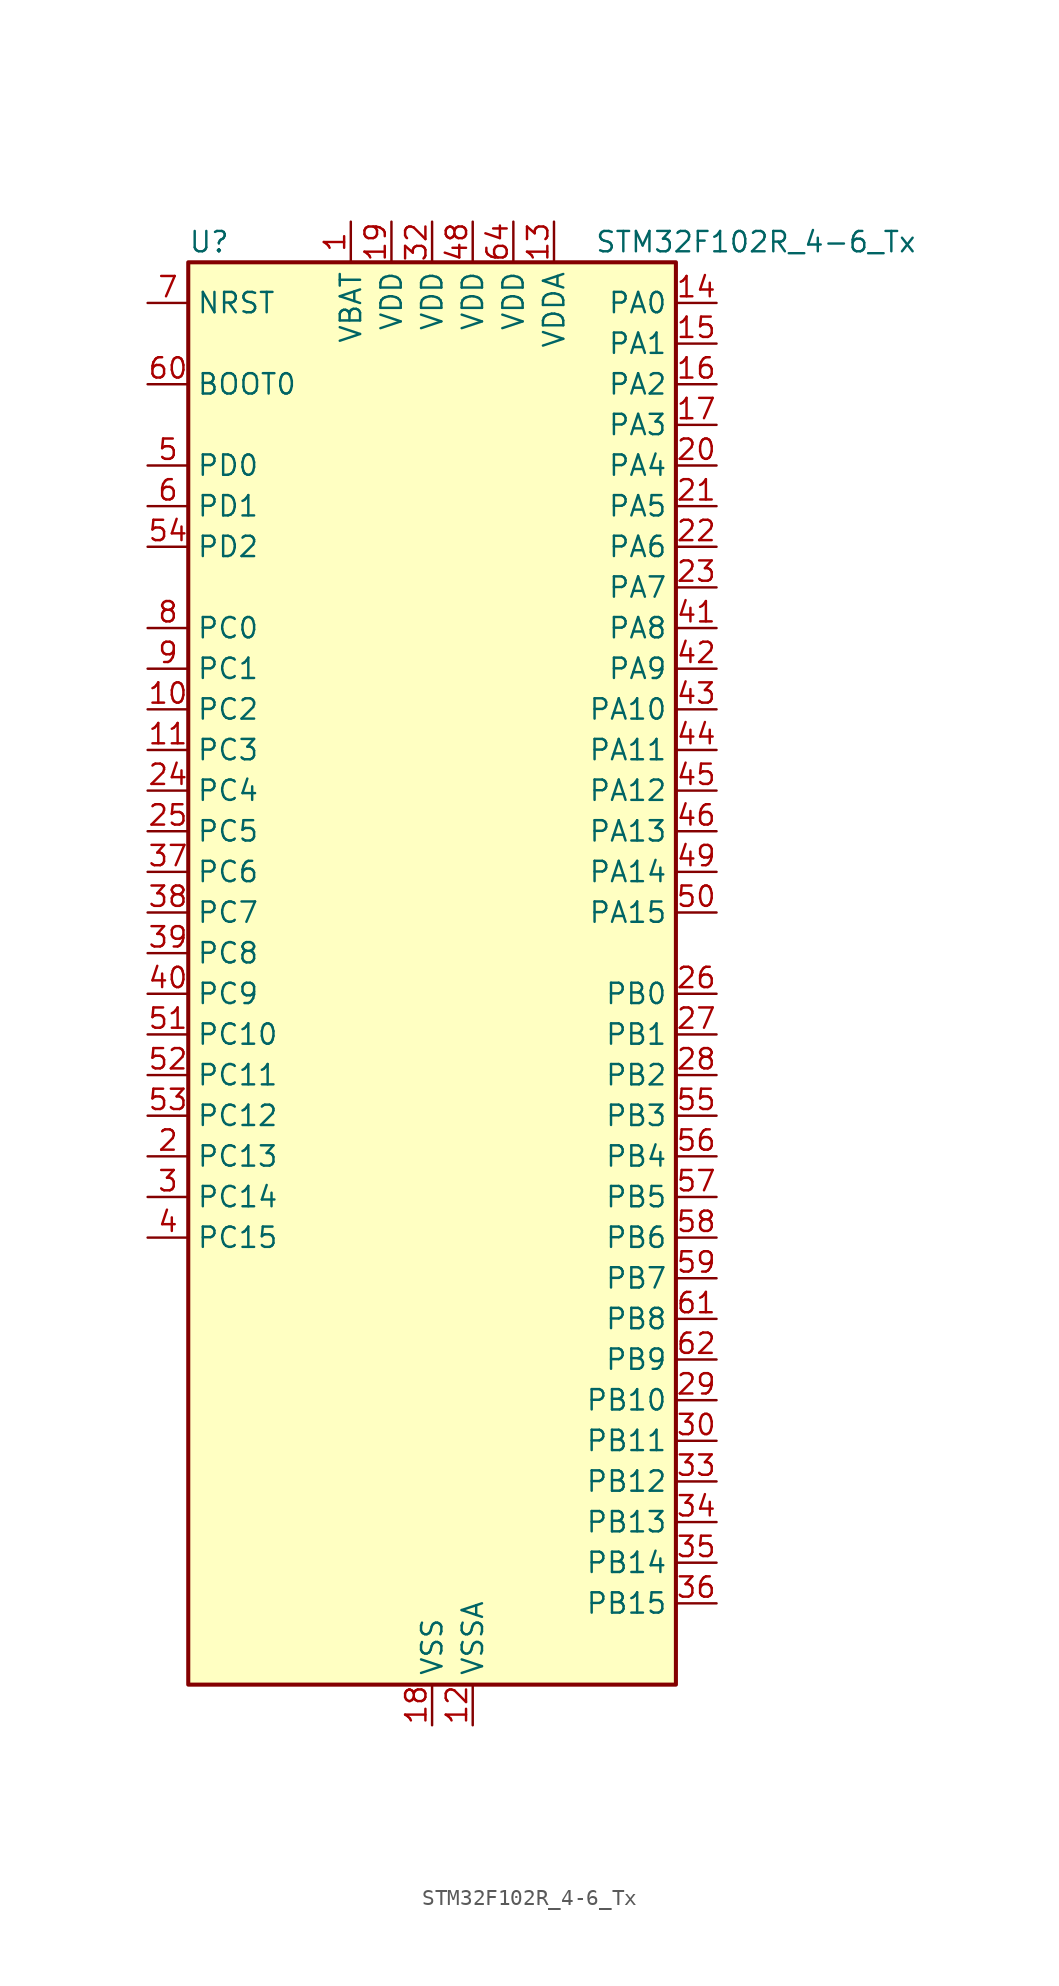
<source format=kicad_sym>
(kicad_symbol_lib
  (version 20231120)
  (generator "kicad_symbol_editor")
  (generator_version "8.0")
  (symbol "STM32F102R_4-6_Tx"
    (property "Reference" "U"
      (at -15.24 46.99 0)
      (effects (font (size 1.27 1.27)) (justify left)))
    (property "Value" "STM32F102R_4-6_Tx"
      (at 10.16 46.99 0)
      (effects (font (size 1.27 1.27)) (justify left)))
    (property "ki_locked" ""
      (at 0 0 0)
      (effects (font (size 1.27 1.27))))
    (symbol "STM32F102R_4-6_Tx_0_1"
      (rectangle (start -15.24 -43.18) (end 15.24 45.72) (stroke (width 0.254) (type default)) (fill (type background))))
    (symbol "STM32F102R_4-6_Tx_1_1"
      (pin power_in line (at -5.08 48.26 270) (length 2.54) (name "VBAT" (effects (font (size 1.27 1.27)))) (number "1" (effects (font (size 1.27 1.27)))))
      (pin bidirectional line (at -17.78 17.78 0) (length 2.54) (name "PC2" (effects (font (size 1.27 1.27)))) (number "10" (effects (font (size 1.27 1.27)))) (alternate "ADC1_IN12" bidirectional line))
      (pin bidirectional line (at -17.78 15.24 0) (length 2.54) (name "PC3" (effects (font (size 1.27 1.27)))) (number "11" (effects (font (size 1.27 1.27)))) (alternate "ADC1_IN13" bidirectional line))
      (pin power_in line (at 2.54 -45.72 90) (length 2.54) (name "VSSA" (effects (font (size 1.27 1.27)))) (number "12" (effects (font (size 1.27 1.27)))))
      (pin power_in line (at 7.62 48.26 270) (length 2.54) (name "VDDA" (effects (font (size 1.27 1.27)))) (number "13" (effects (font (size 1.27 1.27)))))
      (pin bidirectional line (at 17.78 43.18 180) (length 2.54) (name "PA0" (effects (font (size 1.27 1.27)))) (number "14" (effects (font (size 1.27 1.27)))) (alternate "ADC1_IN0" bidirectional line) (alternate "SYS_WKUP" bidirectional line) (alternate "TIM2_CH1" bidirectional line) (alternate "TIM2_ETR" bidirectional line) (alternate "USART2_CTS" bidirectional line))
      (pin bidirectional line (at 17.78 40.64 180) (length 2.54) (name "PA1" (effects (font (size 1.27 1.27)))) (number "15" (effects (font (size 1.27 1.27)))) (alternate "ADC1_IN1" bidirectional line) (alternate "TIM2_CH2" bidirectional line) (alternate "USART2_RTS" bidirectional line))
      (pin bidirectional line (at 17.78 38.1 180) (length 2.54) (name "PA2" (effects (font (size 1.27 1.27)))) (number "16" (effects (font (size 1.27 1.27)))) (alternate "ADC1_IN2" bidirectional line) (alternate "TIM2_CH3" bidirectional line) (alternate "USART2_TX" bidirectional line))
      (pin bidirectional line (at 17.78 35.56 180) (length 2.54) (name "PA3" (effects (font (size 1.27 1.27)))) (number "17" (effects (font (size 1.27 1.27)))) (alternate "ADC1_IN3" bidirectional line) (alternate "TIM2_CH4" bidirectional line) (alternate "USART2_RX" bidirectional line))
      (pin power_in line (at 0 -45.72 90) (length 2.54) (name "VSS" (effects (font (size 1.27 1.27)))) (number "18" (effects (font (size 1.27 1.27)))))
      (pin power_in line (at -2.54 48.26 270) (length 2.54) (name "VDD" (effects (font (size 1.27 1.27)))) (number "19" (effects (font (size 1.27 1.27)))))
      (pin bidirectional line (at -17.78 -10.16 0) (length 2.54) (name "PC13" (effects (font (size 1.27 1.27)))) (number "2" (effects (font (size 1.27 1.27)))) (alternate "RTC_OUT" bidirectional line) (alternate "RTC_TAMPER" bidirectional line))
      (pin bidirectional line (at 17.78 33.02 180) (length 2.54) (name "PA4" (effects (font (size 1.27 1.27)))) (number "20" (effects (font (size 1.27 1.27)))) (alternate "ADC1_IN4" bidirectional line) (alternate "SPI1_NSS" bidirectional line) (alternate "USART2_CK" bidirectional line))
      (pin bidirectional line (at 17.78 30.48 180) (length 2.54) (name "PA5" (effects (font (size 1.27 1.27)))) (number "21" (effects (font (size 1.27 1.27)))) (alternate "ADC1_IN5" bidirectional line) (alternate "SPI1_SCK" bidirectional line))
      (pin bidirectional line (at 17.78 27.94 180) (length 2.54) (name "PA6" (effects (font (size 1.27 1.27)))) (number "22" (effects (font (size 1.27 1.27)))) (alternate "ADC1_IN6" bidirectional line) (alternate "SPI1_MISO" bidirectional line) (alternate "TIM3_CH1" bidirectional line))
      (pin bidirectional line (at 17.78 25.4 180) (length 2.54) (name "PA7" (effects (font (size 1.27 1.27)))) (number "23" (effects (font (size 1.27 1.27)))) (alternate "ADC1_IN7" bidirectional line) (alternate "SPI1_MOSI" bidirectional line) (alternate "TIM3_CH2" bidirectional line))
      (pin bidirectional line (at -17.78 12.7 0) (length 2.54) (name "PC4" (effects (font (size 1.27 1.27)))) (number "24" (effects (font (size 1.27 1.27)))) (alternate "ADC1_IN14" bidirectional line))
      (pin bidirectional line (at -17.78 10.16 0) (length 2.54) (name "PC5" (effects (font (size 1.27 1.27)))) (number "25" (effects (font (size 1.27 1.27)))) (alternate "ADC1_IN15" bidirectional line))
      (pin bidirectional line (at 17.78 0 180) (length 2.54) (name "PB0" (effects (font (size 1.27 1.27)))) (number "26" (effects (font (size 1.27 1.27)))) (alternate "ADC1_IN8" bidirectional line) (alternate "TIM3_CH3" bidirectional line))
      (pin bidirectional line (at 17.78 -2.54 180) (length 2.54) (name "PB1" (effects (font (size 1.27 1.27)))) (number "27" (effects (font (size 1.27 1.27)))) (alternate "ADC1_IN9" bidirectional line) (alternate "TIM3_CH4" bidirectional line))
      (pin bidirectional line (at 17.78 -5.08 180) (length 2.54) (name "PB2" (effects (font (size 1.27 1.27)))) (number "28" (effects (font (size 1.27 1.27)))))
      (pin bidirectional line (at 17.78 -25.4 180) (length 2.54) (name "PB10" (effects (font (size 1.27 1.27)))) (number "29" (effects (font (size 1.27 1.27)))) (alternate "TIM2_CH3" bidirectional line))
      (pin bidirectional line (at -17.78 -12.7 0) (length 2.54) (name "PC14" (effects (font (size 1.27 1.27)))) (number "3" (effects (font (size 1.27 1.27)))) (alternate "RCC_OSC32_IN" bidirectional line))
      (pin bidirectional line (at 17.78 -27.94 180) (length 2.54) (name "PB11" (effects (font (size 1.27 1.27)))) (number "30" (effects (font (size 1.27 1.27)))) (alternate "ADC1_EXTI11" bidirectional line) (alternate "TIM2_CH4" bidirectional line))
      (pin passive line (at 0 -45.72 90) (length 2.54) hide (name "VSS" (effects (font (size 1.27 1.27)))) (number "31" (effects (font (size 1.27 1.27)))))
      (pin power_in line (at 0 48.26 270) (length 2.54) (name "VDD" (effects (font (size 1.27 1.27)))) (number "32" (effects (font (size 1.27 1.27)))))
      (pin bidirectional line (at 17.78 -30.48 180) (length 2.54) (name "PB12" (effects (font (size 1.27 1.27)))) (number "33" (effects (font (size 1.27 1.27)))))
      (pin bidirectional line (at 17.78 -33.02 180) (length 2.54) (name "PB13" (effects (font (size 1.27 1.27)))) (number "34" (effects (font (size 1.27 1.27)))))
      (pin bidirectional line (at 17.78 -35.56 180) (length 2.54) (name "PB14" (effects (font (size 1.27 1.27)))) (number "35" (effects (font (size 1.27 1.27)))))
      (pin bidirectional line (at 17.78 -38.1 180) (length 2.54) (name "PB15" (effects (font (size 1.27 1.27)))) (number "36" (effects (font (size 1.27 1.27)))) (alternate "ADC1_EXTI15" bidirectional line))
      (pin bidirectional line (at -17.78 7.62 0) (length 2.54) (name "PC6" (effects (font (size 1.27 1.27)))) (number "37" (effects (font (size 1.27 1.27)))) (alternate "TIM3_CH1" bidirectional line))
      (pin bidirectional line (at -17.78 5.08 0) (length 2.54) (name "PC7" (effects (font (size 1.27 1.27)))) (number "38" (effects (font (size 1.27 1.27)))) (alternate "TIM3_CH2" bidirectional line))
      (pin bidirectional line (at -17.78 2.54 0) (length 2.54) (name "PC8" (effects (font (size 1.27 1.27)))) (number "39" (effects (font (size 1.27 1.27)))) (alternate "TIM3_CH3" bidirectional line))
      (pin bidirectional line (at -17.78 -15.24 0) (length 2.54) (name "PC15" (effects (font (size 1.27 1.27)))) (number "4" (effects (font (size 1.27 1.27)))) (alternate "ADC1_EXTI15" bidirectional line) (alternate "RCC_OSC32_OUT" bidirectional line))
      (pin bidirectional line (at -17.78 0 0) (length 2.54) (name "PC9" (effects (font (size 1.27 1.27)))) (number "40" (effects (font (size 1.27 1.27)))) (alternate "TIM3_CH4" bidirectional line))
      (pin bidirectional line (at 17.78 22.86 180) (length 2.54) (name "PA8" (effects (font (size 1.27 1.27)))) (number "41" (effects (font (size 1.27 1.27)))) (alternate "RCC_MCO" bidirectional line) (alternate "USART1_CK" bidirectional line))
      (pin bidirectional line (at 17.78 20.32 180) (length 2.54) (name "PA9" (effects (font (size 1.27 1.27)))) (number "42" (effects (font (size 1.27 1.27)))) (alternate "USART1_TX" bidirectional line))
      (pin bidirectional line (at 17.78 17.78 180) (length 2.54) (name "PA10" (effects (font (size 1.27 1.27)))) (number "43" (effects (font (size 1.27 1.27)))) (alternate "USART1_RX" bidirectional line))
      (pin bidirectional line (at 17.78 15.24 180) (length 2.54) (name "PA11" (effects (font (size 1.27 1.27)))) (number "44" (effects (font (size 1.27 1.27)))) (alternate "ADC1_EXTI11" bidirectional line) (alternate "USART1_CTS" bidirectional line) (alternate "USB_DM" bidirectional line))
      (pin bidirectional line (at 17.78 12.7 180) (length 2.54) (name "PA12" (effects (font (size 1.27 1.27)))) (number "45" (effects (font (size 1.27 1.27)))) (alternate "USART1_RTS" bidirectional line) (alternate "USB_DP" bidirectional line))
      (pin bidirectional line (at 17.78 10.16 180) (length 2.54) (name "PA13" (effects (font (size 1.27 1.27)))) (number "46" (effects (font (size 1.27 1.27)))) (alternate "SYS_JTMS-SWDIO" bidirectional line))
      (pin passive line (at 0 -45.72 90) (length 2.54) hide (name "VSS" (effects (font (size 1.27 1.27)))) (number "47" (effects (font (size 1.27 1.27)))))
      (pin power_in line (at 2.54 48.26 270) (length 2.54) (name "VDD" (effects (font (size 1.27 1.27)))) (number "48" (effects (font (size 1.27 1.27)))))
      (pin bidirectional line (at 17.78 7.62 180) (length 2.54) (name "PA14" (effects (font (size 1.27 1.27)))) (number "49" (effects (font (size 1.27 1.27)))) (alternate "SYS_JTCK-SWCLK" bidirectional line))
      (pin bidirectional line (at -17.78 33.02 0) (length 2.54) (name "PD0" (effects (font (size 1.27 1.27)))) (number "5" (effects (font (size 1.27 1.27)))) (alternate "RCC_OSC_IN" bidirectional line))
      (pin bidirectional line (at 17.78 5.08 180) (length 2.54) (name "PA15" (effects (font (size 1.27 1.27)))) (number "50" (effects (font (size 1.27 1.27)))) (alternate "ADC1_EXTI15" bidirectional line) (alternate "SPI1_NSS" bidirectional line) (alternate "SYS_JTDI" bidirectional line) (alternate "TIM2_CH1" bidirectional line) (alternate "TIM2_ETR" bidirectional line))
      (pin bidirectional line (at -17.78 -2.54 0) (length 2.54) (name "PC10" (effects (font (size 1.27 1.27)))) (number "51" (effects (font (size 1.27 1.27)))))
      (pin bidirectional line (at -17.78 -5.08 0) (length 2.54) (name "PC11" (effects (font (size 1.27 1.27)))) (number "52" (effects (font (size 1.27 1.27)))) (alternate "ADC1_EXTI11" bidirectional line))
      (pin bidirectional line (at -17.78 -7.62 0) (length 2.54) (name "PC12" (effects (font (size 1.27 1.27)))) (number "53" (effects (font (size 1.27 1.27)))))
      (pin bidirectional line (at -17.78 27.94 0) (length 2.54) (name "PD2" (effects (font (size 1.27 1.27)))) (number "54" (effects (font (size 1.27 1.27)))) (alternate "TIM3_ETR" bidirectional line))
      (pin bidirectional line (at 17.78 -7.62 180) (length 2.54) (name "PB3" (effects (font (size 1.27 1.27)))) (number "55" (effects (font (size 1.27 1.27)))) (alternate "SPI1_SCK" bidirectional line) (alternate "SYS_JTDO-TRACESWO" bidirectional line) (alternate "TIM2_CH2" bidirectional line))
      (pin bidirectional line (at 17.78 -10.16 180) (length 2.54) (name "PB4" (effects (font (size 1.27 1.27)))) (number "56" (effects (font (size 1.27 1.27)))) (alternate "SPI1_MISO" bidirectional line) (alternate "SYS_NJTRST" bidirectional line) (alternate "TIM3_CH1" bidirectional line))
      (pin bidirectional line (at 17.78 -12.7 180) (length 2.54) (name "PB5" (effects (font (size 1.27 1.27)))) (number "57" (effects (font (size 1.27 1.27)))) (alternate "I2C1_SMBA" bidirectional line) (alternate "SPI1_MOSI" bidirectional line) (alternate "TIM3_CH2" bidirectional line))
      (pin bidirectional line (at 17.78 -15.24 180) (length 2.54) (name "PB6" (effects (font (size 1.27 1.27)))) (number "58" (effects (font (size 1.27 1.27)))) (alternate "I2C1_SCL" bidirectional line) (alternate "USART1_TX" bidirectional line))
      (pin bidirectional line (at 17.78 -17.78 180) (length 2.54) (name "PB7" (effects (font (size 1.27 1.27)))) (number "59" (effects (font (size 1.27 1.27)))) (alternate "I2C1_SDA" bidirectional line) (alternate "USART1_RX" bidirectional line))
      (pin bidirectional line (at -17.78 30.48 0) (length 2.54) (name "PD1" (effects (font (size 1.27 1.27)))) (number "6" (effects (font (size 1.27 1.27)))) (alternate "RCC_OSC_OUT" bidirectional line))
      (pin input line (at -17.78 38.1 0) (length 2.54) (name "BOOT0" (effects (font (size 1.27 1.27)))) (number "60" (effects (font (size 1.27 1.27)))))
      (pin bidirectional line (at 17.78 -20.32 180) (length 2.54) (name "PB8" (effects (font (size 1.27 1.27)))) (number "61" (effects (font (size 1.27 1.27)))) (alternate "I2C1_SCL" bidirectional line))
      (pin bidirectional line (at 17.78 -22.86 180) (length 2.54) (name "PB9" (effects (font (size 1.27 1.27)))) (number "62" (effects (font (size 1.27 1.27)))) (alternate "I2C1_SDA" bidirectional line))
      (pin passive line (at 0 -45.72 90) (length 2.54) hide (name "VSS" (effects (font (size 1.27 1.27)))) (number "63" (effects (font (size 1.27 1.27)))))
      (pin power_in line (at 5.08 48.26 270) (length 2.54) (name "VDD" (effects (font (size 1.27 1.27)))) (number "64" (effects (font (size 1.27 1.27)))))
      (pin input line (at -17.78 43.18 0) (length 2.54) (name "NRST" (effects (font (size 1.27 1.27)))) (number "7" (effects (font (size 1.27 1.27)))))
      (pin bidirectional line (at -17.78 22.86 0) (length 2.54) (name "PC0" (effects (font (size 1.27 1.27)))) (number "8" (effects (font (size 1.27 1.27)))) (alternate "ADC1_IN10" bidirectional line))
      (pin bidirectional line (at -17.78 20.32 0) (length 2.54) (name "PC1" (effects (font (size 1.27 1.27)))) (number "9" (effects (font (size 1.27 1.27)))) (alternate "ADC1_IN11" bidirectional line)))))
</source>
